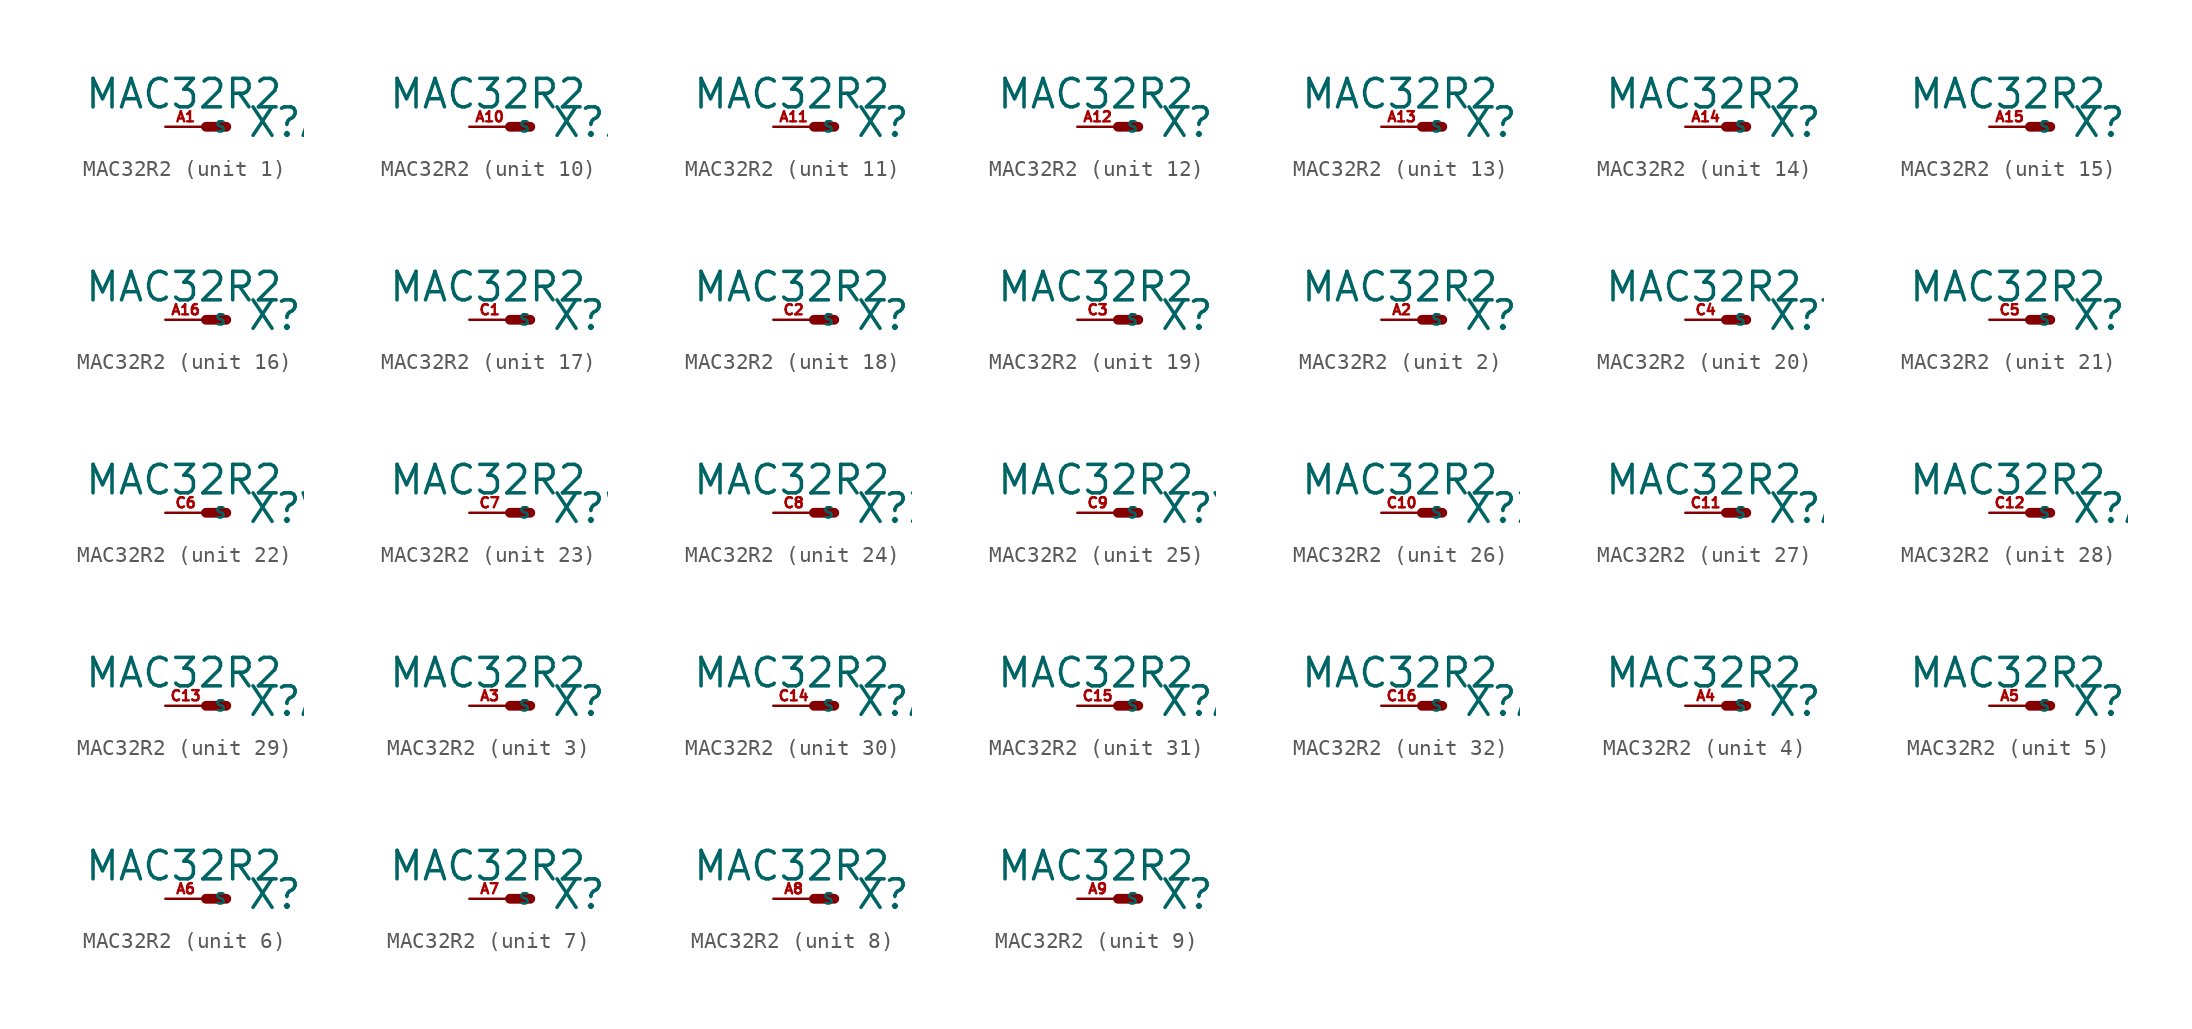
<source format=kicad_sym>
(kicad_symbol_lib
  (version 20220914)
  (generator Eagle2Kicad)
  (symbol "MAC32R2"
    (property "Reference" "X"
      (at 2.54 -0.762 0)
      (effects (font (size 1.778 1.778) (thickness 0.22)) (justify left bottom)))
    (property "Value" "MAC32R2"
      (at -7.62 1.016 0)
      (effects (font (size 1.778 1.778) (thickness 0.22)) (justify left bottom)))
    (symbol "MAC32R2_1_0"
      (polyline (pts (xy 0 0) (xy 1.27 0)) (stroke (width 0.61) (type default)) (fill (type none)))
      (pin passive line (at -2.54 0 0) (length 2.54) (name "S" (effects (font (size 0.635 0.635) (thickness 0.08)) (justify left bottom))) (number "A1" (effects (font (size 0.635 0.635) (thickness 0.08)) (justify left bottom)))))
    (symbol "MAC32R2_2_0"
      (polyline (pts (xy 0 0) (xy 1.27 0)) (stroke (width 0.61) (type default)) (fill (type none)))
      (pin passive line (at -2.54 0 0) (length 2.54) (name "S" (effects (font (size 0.635 0.635) (thickness 0.08)) (justify left bottom))) (number "A2" (effects (font (size 0.635 0.635) (thickness 0.08)) (justify left bottom)))))
    (symbol "MAC32R2_3_0"
      (polyline (pts (xy 0 0) (xy 1.27 0)) (stroke (width 0.61) (type default)) (fill (type none)))
      (pin passive line (at -2.54 0 0) (length 2.54) (name "S" (effects (font (size 0.635 0.635) (thickness 0.08)) (justify left bottom))) (number "A3" (effects (font (size 0.635 0.635) (thickness 0.08)) (justify left bottom)))))
    (symbol "MAC32R2_4_0"
      (polyline (pts (xy 0 0) (xy 1.27 0)) (stroke (width 0.61) (type default)) (fill (type none)))
      (pin passive line (at -2.54 0 0) (length 2.54) (name "S" (effects (font (size 0.635 0.635) (thickness 0.08)) (justify left bottom))) (number "A4" (effects (font (size 0.635 0.635) (thickness 0.08)) (justify left bottom)))))
    (symbol "MAC32R2_5_0"
      (polyline (pts (xy 0 0) (xy 1.27 0)) (stroke (width 0.61) (type default)) (fill (type none)))
      (pin passive line (at -2.54 0 0) (length 2.54) (name "S" (effects (font (size 0.635 0.635) (thickness 0.08)) (justify left bottom))) (number "A5" (effects (font (size 0.635 0.635) (thickness 0.08)) (justify left bottom)))))
    (symbol "MAC32R2_6_0"
      (polyline (pts (xy 0 0) (xy 1.27 0)) (stroke (width 0.61) (type default)) (fill (type none)))
      (pin passive line (at -2.54 0 0) (length 2.54) (name "S" (effects (font (size 0.635 0.635) (thickness 0.08)) (justify left bottom))) (number "A6" (effects (font (size 0.635 0.635) (thickness 0.08)) (justify left bottom)))))
    (symbol "MAC32R2_7_0"
      (polyline (pts (xy 0 0) (xy 1.27 0)) (stroke (width 0.61) (type default)) (fill (type none)))
      (pin passive line (at -2.54 0 0) (length 2.54) (name "S" (effects (font (size 0.635 0.635) (thickness 0.08)) (justify left bottom))) (number "A7" (effects (font (size 0.635 0.635) (thickness 0.08)) (justify left bottom)))))
    (symbol "MAC32R2_8_0"
      (polyline (pts (xy 0 0) (xy 1.27 0)) (stroke (width 0.61) (type default)) (fill (type none)))
      (pin passive line (at -2.54 0 0) (length 2.54) (name "S" (effects (font (size 0.635 0.635) (thickness 0.08)) (justify left bottom))) (number "A8" (effects (font (size 0.635 0.635) (thickness 0.08)) (justify left bottom)))))
    (symbol "MAC32R2_9_0"
      (polyline (pts (xy 0 0) (xy 1.27 0)) (stroke (width 0.61) (type default)) (fill (type none)))
      (pin passive line (at -2.54 0 0) (length 2.54) (name "S" (effects (font (size 0.635 0.635) (thickness 0.08)) (justify left bottom))) (number "A9" (effects (font (size 0.635 0.635) (thickness 0.08)) (justify left bottom)))))
    (symbol "MAC32R2_10_0"
      (polyline (pts (xy 0 0) (xy 1.27 0)) (stroke (width 0.61) (type default)) (fill (type none)))
      (pin passive line (at -2.54 0 0) (length 2.54) (name "S" (effects (font (size 0.635 0.635) (thickness 0.08)) (justify left bottom))) (number "A10" (effects (font (size 0.635 0.635) (thickness 0.08)) (justify left bottom)))))
    (symbol "MAC32R2_11_0"
      (polyline (pts (xy 0 0) (xy 1.27 0)) (stroke (width 0.61) (type default)) (fill (type none)))
      (pin passive line (at -2.54 0 0) (length 2.54) (name "S" (effects (font (size 0.635 0.635) (thickness 0.08)) (justify left bottom))) (number "A11" (effects (font (size 0.635 0.635) (thickness 0.08)) (justify left bottom)))))
    (symbol "MAC32R2_12_0"
      (polyline (pts (xy 0 0) (xy 1.27 0)) (stroke (width 0.61) (type default)) (fill (type none)))
      (pin passive line (at -2.54 0 0) (length 2.54) (name "S" (effects (font (size 0.635 0.635) (thickness 0.08)) (justify left bottom))) (number "A12" (effects (font (size 0.635 0.635) (thickness 0.08)) (justify left bottom)))))
    (symbol "MAC32R2_13_0"
      (polyline (pts (xy 0 0) (xy 1.27 0)) (stroke (width 0.61) (type default)) (fill (type none)))
      (pin passive line (at -2.54 0 0) (length 2.54) (name "S" (effects (font (size 0.635 0.635) (thickness 0.08)) (justify left bottom))) (number "A13" (effects (font (size 0.635 0.635) (thickness 0.08)) (justify left bottom)))))
    (symbol "MAC32R2_14_0"
      (polyline (pts (xy 0 0) (xy 1.27 0)) (stroke (width 0.61) (type default)) (fill (type none)))
      (pin passive line (at -2.54 0 0) (length 2.54) (name "S" (effects (font (size 0.635 0.635) (thickness 0.08)) (justify left bottom))) (number "A14" (effects (font (size 0.635 0.635) (thickness 0.08)) (justify left bottom)))))
    (symbol "MAC32R2_15_0"
      (polyline (pts (xy 0 0) (xy 1.27 0)) (stroke (width 0.61) (type default)) (fill (type none)))
      (pin passive line (at -2.54 0 0) (length 2.54) (name "S" (effects (font (size 0.635 0.635) (thickness 0.08)) (justify left bottom))) (number "A15" (effects (font (size 0.635 0.635) (thickness 0.08)) (justify left bottom)))))
    (symbol "MAC32R2_16_0"
      (polyline (pts (xy 0 0) (xy 1.27 0)) (stroke (width 0.61) (type default)) (fill (type none)))
      (pin passive line (at -2.54 0 0) (length 2.54) (name "S" (effects (font (size 0.635 0.635) (thickness 0.08)) (justify left bottom))) (number "A16" (effects (font (size 0.635 0.635) (thickness 0.08)) (justify left bottom)))))
    (symbol "MAC32R2_17_0"
      (polyline (pts (xy 0 0) (xy 1.27 0)) (stroke (width 0.61) (type default)) (fill (type none)))
      (pin passive line (at -2.54 0 0) (length 2.54) (name "S" (effects (font (size 0.635 0.635) (thickness 0.08)) (justify left bottom))) (number "C1" (effects (font (size 0.635 0.635) (thickness 0.08)) (justify left bottom)))))
    (symbol "MAC32R2_18_0"
      (polyline (pts (xy 0 0) (xy 1.27 0)) (stroke (width 0.61) (type default)) (fill (type none)))
      (pin passive line (at -2.54 0 0) (length 2.54) (name "S" (effects (font (size 0.635 0.635) (thickness 0.08)) (justify left bottom))) (number "C2" (effects (font (size 0.635 0.635) (thickness 0.08)) (justify left bottom)))))
    (symbol "MAC32R2_19_0"
      (polyline (pts (xy 0 0) (xy 1.27 0)) (stroke (width 0.61) (type default)) (fill (type none)))
      (pin passive line (at -2.54 0 0) (length 2.54) (name "S" (effects (font (size 0.635 0.635) (thickness 0.08)) (justify left bottom))) (number "C3" (effects (font (size 0.635 0.635) (thickness 0.08)) (justify left bottom)))))
    (symbol "MAC32R2_20_0"
      (polyline (pts (xy 0 0) (xy 1.27 0)) (stroke (width 0.61) (type default)) (fill (type none)))
      (pin passive line (at -2.54 0 0) (length 2.54) (name "S" (effects (font (size 0.635 0.635) (thickness 0.08)) (justify left bottom))) (number "C4" (effects (font (size 0.635 0.635) (thickness 0.08)) (justify left bottom)))))
    (symbol "MAC32R2_21_0"
      (polyline (pts (xy 0 0) (xy 1.27 0)) (stroke (width 0.61) (type default)) (fill (type none)))
      (pin passive line (at -2.54 0 0) (length 2.54) (name "S" (effects (font (size 0.635 0.635) (thickness 0.08)) (justify left bottom))) (number "C5" (effects (font (size 0.635 0.635) (thickness 0.08)) (justify left bottom)))))
    (symbol "MAC32R2_22_0"
      (polyline (pts (xy 0 0) (xy 1.27 0)) (stroke (width 0.61) (type default)) (fill (type none)))
      (pin passive line (at -2.54 0 0) (length 2.54) (name "S" (effects (font (size 0.635 0.635) (thickness 0.08)) (justify left bottom))) (number "C6" (effects (font (size 0.635 0.635) (thickness 0.08)) (justify left bottom)))))
    (symbol "MAC32R2_23_0"
      (polyline (pts (xy 0 0) (xy 1.27 0)) (stroke (width 0.61) (type default)) (fill (type none)))
      (pin passive line (at -2.54 0 0) (length 2.54) (name "S" (effects (font (size 0.635 0.635) (thickness 0.08)) (justify left bottom))) (number "C7" (effects (font (size 0.635 0.635) (thickness 0.08)) (justify left bottom)))))
    (symbol "MAC32R2_24_0"
      (polyline (pts (xy 0 0) (xy 1.27 0)) (stroke (width 0.61) (type default)) (fill (type none)))
      (pin passive line (at -2.54 0 0) (length 2.54) (name "S" (effects (font (size 0.635 0.635) (thickness 0.08)) (justify left bottom))) (number "C8" (effects (font (size 0.635 0.635) (thickness 0.08)) (justify left bottom)))))
    (symbol "MAC32R2_25_0"
      (polyline (pts (xy 0 0) (xy 1.27 0)) (stroke (width 0.61) (type default)) (fill (type none)))
      (pin passive line (at -2.54 0 0) (length 2.54) (name "S" (effects (font (size 0.635 0.635) (thickness 0.08)) (justify left bottom))) (number "C9" (effects (font (size 0.635 0.635) (thickness 0.08)) (justify left bottom)))))
    (symbol "MAC32R2_26_0"
      (polyline (pts (xy 0 0) (xy 1.27 0)) (stroke (width 0.61) (type default)) (fill (type none)))
      (pin passive line (at -2.54 0 0) (length 2.54) (name "S" (effects (font (size 0.635 0.635) (thickness 0.08)) (justify left bottom))) (number "C10" (effects (font (size 0.635 0.635) (thickness 0.08)) (justify left bottom)))))
    (symbol "MAC32R2_27_0"
      (polyline (pts (xy 0 0) (xy 1.27 0)) (stroke (width 0.61) (type default)) (fill (type none)))
      (pin passive line (at -2.54 0 0) (length 2.54) (name "S" (effects (font (size 0.635 0.635) (thickness 0.08)) (justify left bottom))) (number "C11" (effects (font (size 0.635 0.635) (thickness 0.08)) (justify left bottom)))))
    (symbol "MAC32R2_28_0"
      (polyline (pts (xy 0 0) (xy 1.27 0)) (stroke (width 0.61) (type default)) (fill (type none)))
      (pin passive line (at -2.54 0 0) (length 2.54) (name "S" (effects (font (size 0.635 0.635) (thickness 0.08)) (justify left bottom))) (number "C12" (effects (font (size 0.635 0.635) (thickness 0.08)) (justify left bottom)))))
    (symbol "MAC32R2_29_0"
      (polyline (pts (xy 0 0) (xy 1.27 0)) (stroke (width 0.61) (type default)) (fill (type none)))
      (pin passive line (at -2.54 0 0) (length 2.54) (name "S" (effects (font (size 0.635 0.635) (thickness 0.08)) (justify left bottom))) (number "C13" (effects (font (size 0.635 0.635) (thickness 0.08)) (justify left bottom)))))
    (symbol "MAC32R2_30_0"
      (polyline (pts (xy 0 0) (xy 1.27 0)) (stroke (width 0.61) (type default)) (fill (type none)))
      (pin passive line (at -2.54 0 0) (length 2.54) (name "S" (effects (font (size 0.635 0.635) (thickness 0.08)) (justify left bottom))) (number "C14" (effects (font (size 0.635 0.635) (thickness 0.08)) (justify left bottom)))))
    (symbol "MAC32R2_31_0"
      (polyline (pts (xy 0 0) (xy 1.27 0)) (stroke (width 0.61) (type default)) (fill (type none)))
      (pin passive line (at -2.54 0 0) (length 2.54) (name "S" (effects (font (size 0.635 0.635) (thickness 0.08)) (justify left bottom))) (number "C15" (effects (font (size 0.635 0.635) (thickness 0.08)) (justify left bottom)))))
    (symbol "MAC32R2_32_0"
      (polyline (pts (xy 0 0) (xy 1.27 0)) (stroke (width 0.61) (type default)) (fill (type none)))
      (pin passive line (at -2.54 0 0) (length 2.54) (name "S" (effects (font (size 0.635 0.635) (thickness 0.08)) (justify left bottom))) (number "C16" (effects (font (size 0.635 0.635) (thickness 0.08)) (justify left bottom)))))))
</source>
